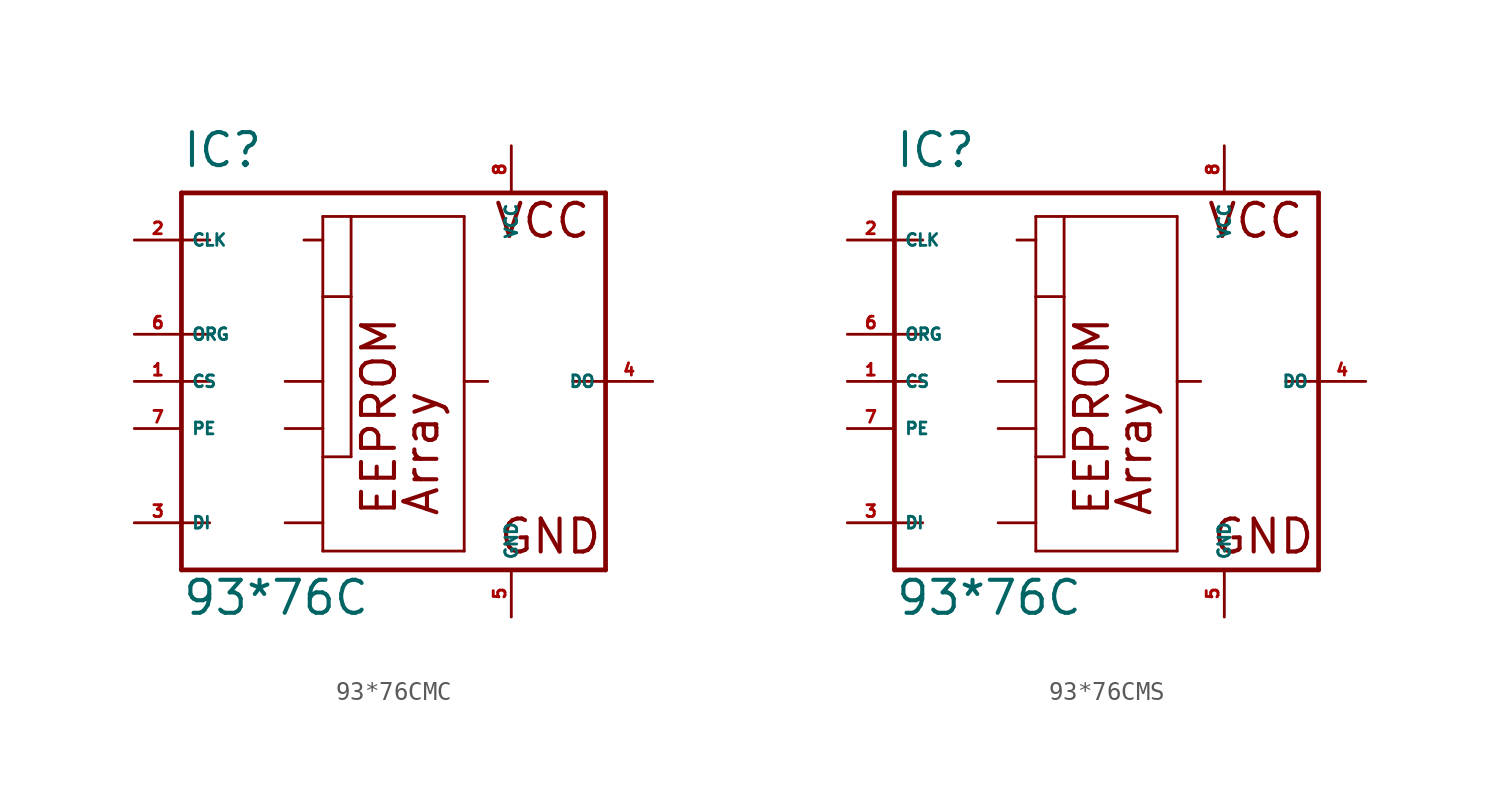
<source format=kicad_sym>
(kicad_symbol_lib
  (version 20220914)
  (generator Eagle2Kicad)
  (symbol "93*76CMC"
    (property "Reference" "IC"
      (at -10.16 11.43 0)
      (effects (font (size 1.778 1.778) (thickness 0.22)) (justify left bottom)))
    (property "Value" "93*76C"
      (at -10.16 -12.7 0)
      (effects (font (size 1.778 1.778) (thickness 0.22)) (justify left bottom)))
    (polyline
      (pts (xy -10.16 10.16) (xy 12.7 10.16))
      (stroke (width 0.254) (type default))
      (fill (type none)))
    (polyline
      (pts (xy 12.7 10.16) (xy 12.7 0))
      (stroke (width 0.254) (type default))
      (fill (type none)))
    (polyline
      (pts (xy 12.7 0) (xy 12.7 -10.16))
      (stroke (width 0.254) (type default))
      (fill (type none)))
    (polyline
      (pts (xy 12.7 -10.16) (xy -10.16 -10.16))
      (stroke (width 0.254) (type default))
      (fill (type none)))
    (polyline
      (pts (xy -10.16 -10.16) (xy -10.16 -7.62))
      (stroke (width 0.254) (type default))
      (fill (type none)))
    (polyline
      (pts (xy -10.16 -7.62) (xy -10.16 0))
      (stroke (width 0.254) (type default))
      (fill (type none)))
    (polyline
      (pts (xy -10.16 0) (xy -10.16 2.54))
      (stroke (width 0.254) (type default))
      (fill (type none)))
    (polyline
      (pts (xy -10.16 2.54) (xy -10.16 7.62))
      (stroke (width 0.254) (type default))
      (fill (type none)))
    (polyline
      (pts (xy -10.16 7.62) (xy -10.16 10.16))
      (stroke (width 0.254) (type default))
      (fill (type none)))
    (polyline
      (pts (xy -2.54 8.89) (xy -1.016 8.89))
      (stroke (width 0.152) (type default))
      (fill (type none)))
    (polyline
      (pts (xy -1.016 8.89) (xy 5.08 8.89))
      (stroke (width 0.152) (type default))
      (fill (type none)))
    (polyline
      (pts (xy 5.08 8.89) (xy 5.08 0))
      (stroke (width 0.152) (type default))
      (fill (type none)))
    (polyline
      (pts (xy 5.08 0) (xy 5.08 -9.144))
      (stroke (width 0.152) (type default))
      (fill (type none)))
    (polyline
      (pts (xy 5.08 -9.144) (xy -2.54 -9.144))
      (stroke (width 0.152) (type default))
      (fill (type none)))
    (polyline
      (pts (xy -2.54 -9.144) (xy -2.54 -7.62))
      (stroke (width 0.152) (type default))
      (fill (type none)))
    (polyline
      (pts (xy -2.54 -7.62) (xy -2.54 -4.064))
      (stroke (width 0.152) (type default))
      (fill (type none)))
    (polyline
      (pts (xy -2.54 -4.064) (xy -2.54 -2.54))
      (stroke (width 0.152) (type default))
      (fill (type none)))
    (polyline
      (pts (xy -2.54 -2.54) (xy -2.54 0))
      (stroke (width 0.152) (type default))
      (fill (type none)))
    (polyline
      (pts (xy -2.54 0) (xy -2.54 4.572))
      (stroke (width 0.152) (type default))
      (fill (type none)))
    (polyline
      (pts (xy -2.54 4.572) (xy -2.54 7.62))
      (stroke (width 0.152) (type default))
      (fill (type none)))
    (polyline
      (pts (xy -2.54 7.62) (xy -2.54 8.89))
      (stroke (width 0.152) (type default))
      (fill (type none)))
    (polyline
      (pts (xy -10.16 0) (xy -8.636 0))
      (stroke (width 0.152) (type default))
      (fill (type none)))
    (polyline
      (pts (xy -10.16 -7.62) (xy -8.636 -7.62))
      (stroke (width 0.152) (type default))
      (fill (type none)))
    (polyline
      (pts (xy -10.16 7.62) (xy -8.636 7.62))
      (stroke (width 0.152) (type default))
      (fill (type none)))
    (polyline
      (pts (xy -3.556 7.62) (xy -2.54 7.62))
      (stroke (width 0.152) (type default))
      (fill (type none)))
    (polyline
      (pts (xy 12.7 0) (xy 10.922 0))
      (stroke (width 0.152) (type default))
      (fill (type none)))
    (polyline
      (pts (xy 6.35 0) (xy 5.08 0))
      (stroke (width 0.152) (type default))
      (fill (type none)))
    (polyline
      (pts (xy -1.016 4.572) (xy -1.016 -4.064))
      (stroke (width 0.152) (type default))
      (fill (type none)))
    (polyline
      (pts (xy -10.16 2.54) (xy -8.636 2.54))
      (stroke (width 0.152) (type default))
      (fill (type none)))
    (polyline
      (pts (xy -4.572 0) (xy -2.54 0))
      (stroke (width 0.152) (type default))
      (fill (type none)))
    (polyline
      (pts (xy -2.54 4.572) (xy -1.016 4.572))
      (stroke (width 0.152) (type default))
      (fill (type none)))
    (polyline
      (pts (xy -4.572 -2.54) (xy -2.54 -2.54))
      (stroke (width 0.152) (type default))
      (fill (type none)))
    (polyline
      (pts (xy -2.54 -4.064) (xy -1.016 -4.064))
      (stroke (width 0.152) (type default))
      (fill (type none)))
    (polyline
      (pts (xy -1.016 8.89) (xy -1.016 4.572))
      (stroke (width 0.152) (type default))
      (fill (type none)))
    (polyline
      (pts (xy -4.572 -7.62) (xy -2.54 -7.62))
      (stroke (width 0.152) (type default))
      (fill (type none)))
    (text "Array"
      (at 3.81 -7.366 900)
      (effects (font (size 1.778 1.778) (thickness 0.22)) (justify left bottom)))
    (text "VCC"
      (at 6.604 7.62 0)
      (effects (font (size 1.778 1.778) (thickness 0.22)) (justify left bottom)))
    (text "GND"
      (at 6.858 -9.398 0)
      (effects (font (size 1.778 1.778) (thickness 0.22)) (justify left bottom)))
    (text "EEPROM"
      (at 1.524 -7.366 900)
      (effects (font (size 1.778 1.778) (thickness 0.22)) (justify left bottom)))
    (pin unspecified line
      (at 7.62 12.7 270)
      (length 2.54)
      (name "VCC" (effects (font (size 0.635 0.635) (thickness 0.08)) (justify left bottom)))
      (number "8" (effects (font (size 0.635 0.635) (thickness 0.08)) (justify left bottom))))
    (pin unspecified line
      (at 7.62 -12.7 90)
      (length 2.54)
      (name "GND" (effects (font (size 0.635 0.635) (thickness 0.08)) (justify left bottom)))
      (number "5" (effects (font (size 0.635 0.635) (thickness 0.08)) (justify left bottom))))
    (pin input line
      (at -12.7 7.62 0)
      (length 2.54)
      (name "CLK" (effects (font (size 0.635 0.635) (thickness 0.08)) (justify left bottom)))
      (number "2" (effects (font (size 0.635 0.635) (thickness 0.08)) (justify left bottom))))
    (pin tri_state line
      (at 15.24 0 180)
      (length 2.54)
      (name "DO" (effects (font (size 0.635 0.635) (thickness 0.08)) (justify left bottom)))
      (number "4" (effects (font (size 0.635 0.635) (thickness 0.08)) (justify left bottom))))
    (pin input line
      (at -12.7 2.54 0)
      (length 2.54)
      (name "ORG" (effects (font (size 0.635 0.635) (thickness 0.08)) (justify left bottom)))
      (number "6" (effects (font (size 0.635 0.635) (thickness 0.08)) (justify left bottom))))
    (pin input line
      (at -12.7 -2.54 0)
      (length 2.54)
      (name "PE" (effects (font (size 0.635 0.635) (thickness 0.08)) (justify left bottom)))
      (number "7" (effects (font (size 0.635 0.635) (thickness 0.08)) (justify left bottom))))
    (pin input line
      (at -12.7 -7.62 0)
      (length 2.54)
      (name "DI" (effects (font (size 0.635 0.635) (thickness 0.08)) (justify left bottom)))
      (number "3" (effects (font (size 0.635 0.635) (thickness 0.08)) (justify left bottom))))
    (pin input line
      (at -12.7 0 0)
      (length 2.54)
      (name "CS" (effects (font (size 0.635 0.635) (thickness 0.08)) (justify left bottom)))
      (number "1" (effects (font (size 0.635 0.635) (thickness 0.08)) (justify left bottom)))))
  (symbol "93*76CMS"
    (property "Reference" "IC"
      (at -10.16 11.43 0)
      (effects (font (size 1.778 1.778) (thickness 0.22)) (justify left bottom)))
    (property "Value" "93*76C"
      (at -10.16 -12.7 0)
      (effects (font (size 1.778 1.778) (thickness 0.22)) (justify left bottom)))
    (polyline
      (pts (xy -10.16 10.16) (xy 12.7 10.16))
      (stroke (width 0.254) (type default))
      (fill (type none)))
    (polyline
      (pts (xy 12.7 10.16) (xy 12.7 0))
      (stroke (width 0.254) (type default))
      (fill (type none)))
    (polyline
      (pts (xy 12.7 0) (xy 12.7 -10.16))
      (stroke (width 0.254) (type default))
      (fill (type none)))
    (polyline
      (pts (xy 12.7 -10.16) (xy -10.16 -10.16))
      (stroke (width 0.254) (type default))
      (fill (type none)))
    (polyline
      (pts (xy -10.16 -10.16) (xy -10.16 -7.62))
      (stroke (width 0.254) (type default))
      (fill (type none)))
    (polyline
      (pts (xy -10.16 -7.62) (xy -10.16 0))
      (stroke (width 0.254) (type default))
      (fill (type none)))
    (polyline
      (pts (xy -10.16 0) (xy -10.16 2.54))
      (stroke (width 0.254) (type default))
      (fill (type none)))
    (polyline
      (pts (xy -10.16 2.54) (xy -10.16 7.62))
      (stroke (width 0.254) (type default))
      (fill (type none)))
    (polyline
      (pts (xy -10.16 7.62) (xy -10.16 10.16))
      (stroke (width 0.254) (type default))
      (fill (type none)))
    (polyline
      (pts (xy -2.54 8.89) (xy -1.016 8.89))
      (stroke (width 0.152) (type default))
      (fill (type none)))
    (polyline
      (pts (xy -1.016 8.89) (xy 5.08 8.89))
      (stroke (width 0.152) (type default))
      (fill (type none)))
    (polyline
      (pts (xy 5.08 8.89) (xy 5.08 0))
      (stroke (width 0.152) (type default))
      (fill (type none)))
    (polyline
      (pts (xy 5.08 0) (xy 5.08 -9.144))
      (stroke (width 0.152) (type default))
      (fill (type none)))
    (polyline
      (pts (xy 5.08 -9.144) (xy -2.54 -9.144))
      (stroke (width 0.152) (type default))
      (fill (type none)))
    (polyline
      (pts (xy -2.54 -9.144) (xy -2.54 -7.62))
      (stroke (width 0.152) (type default))
      (fill (type none)))
    (polyline
      (pts (xy -2.54 -7.62) (xy -2.54 -4.064))
      (stroke (width 0.152) (type default))
      (fill (type none)))
    (polyline
      (pts (xy -2.54 -4.064) (xy -2.54 -2.54))
      (stroke (width 0.152) (type default))
      (fill (type none)))
    (polyline
      (pts (xy -2.54 -2.54) (xy -2.54 0))
      (stroke (width 0.152) (type default))
      (fill (type none)))
    (polyline
      (pts (xy -2.54 0) (xy -2.54 4.572))
      (stroke (width 0.152) (type default))
      (fill (type none)))
    (polyline
      (pts (xy -2.54 4.572) (xy -2.54 7.62))
      (stroke (width 0.152) (type default))
      (fill (type none)))
    (polyline
      (pts (xy -2.54 7.62) (xy -2.54 8.89))
      (stroke (width 0.152) (type default))
      (fill (type none)))
    (polyline
      (pts (xy -10.16 0) (xy -8.636 0))
      (stroke (width 0.152) (type default))
      (fill (type none)))
    (polyline
      (pts (xy -10.16 -7.62) (xy -8.636 -7.62))
      (stroke (width 0.152) (type default))
      (fill (type none)))
    (polyline
      (pts (xy -10.16 7.62) (xy -8.636 7.62))
      (stroke (width 0.152) (type default))
      (fill (type none)))
    (polyline
      (pts (xy -3.556 7.62) (xy -2.54 7.62))
      (stroke (width 0.152) (type default))
      (fill (type none)))
    (polyline
      (pts (xy 12.7 0) (xy 10.922 0))
      (stroke (width 0.152) (type default))
      (fill (type none)))
    (polyline
      (pts (xy 6.35 0) (xy 5.08 0))
      (stroke (width 0.152) (type default))
      (fill (type none)))
    (polyline
      (pts (xy -1.016 4.572) (xy -1.016 -4.064))
      (stroke (width 0.152) (type default))
      (fill (type none)))
    (polyline
      (pts (xy -10.16 2.54) (xy -8.636 2.54))
      (stroke (width 0.152) (type default))
      (fill (type none)))
    (polyline
      (pts (xy -4.572 0) (xy -2.54 0))
      (stroke (width 0.152) (type default))
      (fill (type none)))
    (polyline
      (pts (xy -2.54 4.572) (xy -1.016 4.572))
      (stroke (width 0.152) (type default))
      (fill (type none)))
    (polyline
      (pts (xy -4.572 -2.54) (xy -2.54 -2.54))
      (stroke (width 0.152) (type default))
      (fill (type none)))
    (polyline
      (pts (xy -2.54 -4.064) (xy -1.016 -4.064))
      (stroke (width 0.152) (type default))
      (fill (type none)))
    (polyline
      (pts (xy -1.016 8.89) (xy -1.016 4.572))
      (stroke (width 0.152) (type default))
      (fill (type none)))
    (polyline
      (pts (xy -4.572 -7.62) (xy -2.54 -7.62))
      (stroke (width 0.152) (type default))
      (fill (type none)))
    (text "Array"
      (at 3.81 -7.366 900)
      (effects (font (size 1.778 1.778) (thickness 0.22)) (justify left bottom)))
    (text "VCC"
      (at 6.604 7.62 0)
      (effects (font (size 1.778 1.778) (thickness 0.22)) (justify left bottom)))
    (text "GND"
      (at 6.858 -9.398 0)
      (effects (font (size 1.778 1.778) (thickness 0.22)) (justify left bottom)))
    (text "EEPROM"
      (at 1.524 -7.366 900)
      (effects (font (size 1.778 1.778) (thickness 0.22)) (justify left bottom)))
    (pin unspecified line
      (at 7.62 12.7 270)
      (length 2.54)
      (name "VCC" (effects (font (size 0.635 0.635) (thickness 0.08)) (justify left bottom)))
      (number "8" (effects (font (size 0.635 0.635) (thickness 0.08)) (justify left bottom))))
    (pin unspecified line
      (at 7.62 -12.7 90)
      (length 2.54)
      (name "GND" (effects (font (size 0.635 0.635) (thickness 0.08)) (justify left bottom)))
      (number "5" (effects (font (size 0.635 0.635) (thickness 0.08)) (justify left bottom))))
    (pin input line
      (at -12.7 7.62 0)
      (length 2.54)
      (name "CLK" (effects (font (size 0.635 0.635) (thickness 0.08)) (justify left bottom)))
      (number "2" (effects (font (size 0.635 0.635) (thickness 0.08)) (justify left bottom))))
    (pin tri_state line
      (at 15.24 0 180)
      (length 2.54)
      (name "DO" (effects (font (size 0.635 0.635) (thickness 0.08)) (justify left bottom)))
      (number "4" (effects (font (size 0.635 0.635) (thickness 0.08)) (justify left bottom))))
    (pin input line
      (at -12.7 2.54 0)
      (length 2.54)
      (name "ORG" (effects (font (size 0.635 0.635) (thickness 0.08)) (justify left bottom)))
      (number "6" (effects (font (size 0.635 0.635) (thickness 0.08)) (justify left bottom))))
    (pin input line
      (at -12.7 -2.54 0)
      (length 2.54)
      (name "PE" (effects (font (size 0.635 0.635) (thickness 0.08)) (justify left bottom)))
      (number "7" (effects (font (size 0.635 0.635) (thickness 0.08)) (justify left bottom))))
    (pin input line
      (at -12.7 -7.62 0)
      (length 2.54)
      (name "DI" (effects (font (size 0.635 0.635) (thickness 0.08)) (justify left bottom)))
      (number "3" (effects (font (size 0.635 0.635) (thickness 0.08)) (justify left bottom))))
    (pin input line
      (at -12.7 0 0)
      (length 2.54)
      (name "CS" (effects (font (size 0.635 0.635) (thickness 0.08)) (justify left bottom)))
      (number "1" (effects (font (size 0.635 0.635) (thickness 0.08)) (justify left bottom))))))
</source>
